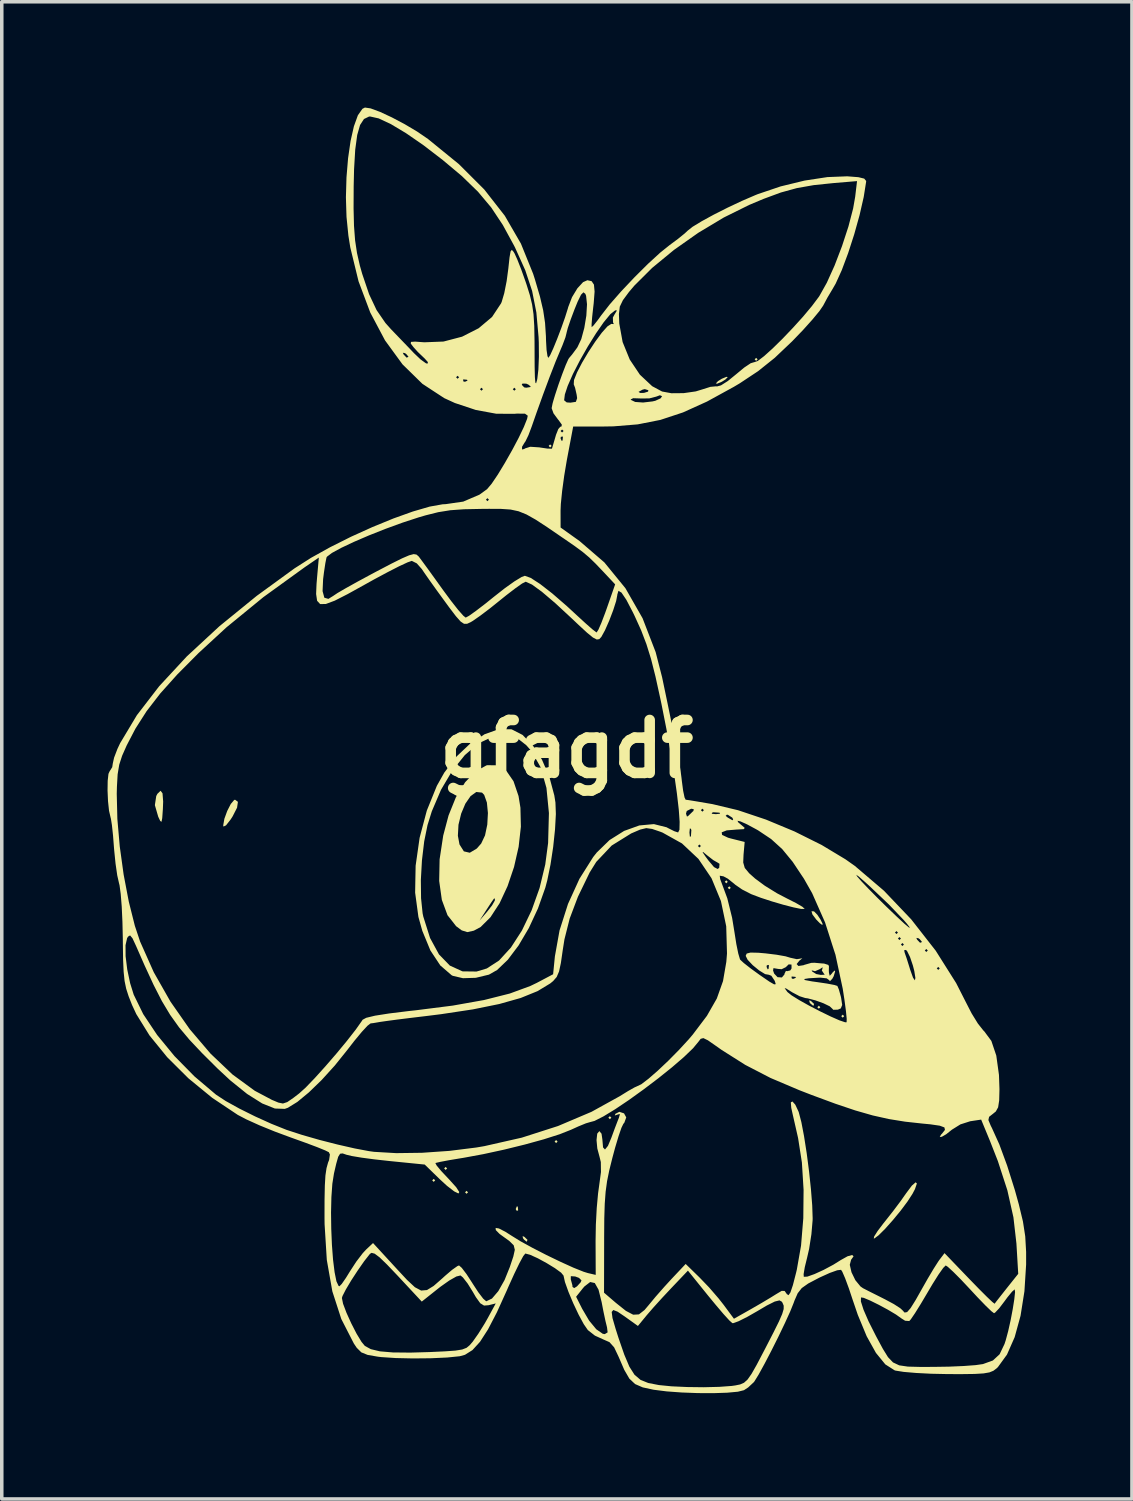
<source format=kicad_pcb>
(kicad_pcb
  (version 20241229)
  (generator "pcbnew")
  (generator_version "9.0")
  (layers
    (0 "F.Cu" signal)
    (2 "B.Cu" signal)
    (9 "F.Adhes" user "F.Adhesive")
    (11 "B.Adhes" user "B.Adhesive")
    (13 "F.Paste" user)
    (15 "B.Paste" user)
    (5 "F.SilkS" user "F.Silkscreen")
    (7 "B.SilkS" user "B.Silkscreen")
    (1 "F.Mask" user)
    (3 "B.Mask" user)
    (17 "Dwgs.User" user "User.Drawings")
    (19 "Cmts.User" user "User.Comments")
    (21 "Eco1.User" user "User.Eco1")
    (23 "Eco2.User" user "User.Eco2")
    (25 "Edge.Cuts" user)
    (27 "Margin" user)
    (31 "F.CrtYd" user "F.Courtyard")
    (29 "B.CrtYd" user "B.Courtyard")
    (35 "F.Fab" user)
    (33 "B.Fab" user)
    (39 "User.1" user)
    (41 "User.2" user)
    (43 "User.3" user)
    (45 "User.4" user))
  (footprint "gfagdf"
    (layer "F.Cu")
    (at 13.017 18.19)
    (property "Reference" "gfagdf" (at 0 0 0) (layer "F.SilkS") (effects (font (size 1.5 1.5) (thickness 0.3))))
    (attr board_only exclude_from_pos_files exclude_from_bom)
    (fp_poly (pts (xy -3.725 12.234) (xy -3.768 12.277) (xy -3.81 12.234) (xy -3.768 12.192)) (stroke (width 0) (type solid)) (fill yes) (layer "F.SilkS"))
    (fp_poly (pts (xy -3.387 11.896) (xy -3.429 11.938) (xy -3.471 11.896) (xy -3.429 11.853)) (stroke (width 0) (type solid)) (fill yes) (layer "F.SilkS"))
    (fp_poly (pts (xy -2.794 12.573) (xy -2.836 12.615) (xy -2.879 12.573) (xy -2.836 12.531)) (stroke (width 0) (type solid)) (fill yes) (layer "F.SilkS"))
    (fp_poly (pts (xy -0.423 -8.594) (xy -0.466 -8.551) (xy -0.508 -8.594) (xy -0.466 -8.636)) (stroke (width 0) (type solid)) (fill yes) (layer "F.SilkS"))
    (fp_poly (pts (xy -0.254 11.134) (xy -0.296 11.176) (xy -0.339 11.134) (xy -0.296 11.091)) (stroke (width 0) (type solid)) (fill yes) (layer "F.SilkS"))
    (fp_poly (pts (xy 1.27 10.456) (xy 1.228 10.499) (xy 1.185 10.456) (xy 1.228 10.414)) (stroke (width 0) (type solid)) (fill yes) (layer "F.SilkS"))
    (fp_poly (pts (xy 4.572 3.768) (xy 4.53 3.81) (xy 4.487 3.768) (xy 4.53 3.725)) (stroke (width 0) (type solid)) (fill yes) (layer "F.SilkS"))
    (fp_poly (pts (xy 4.657 3.937) (xy 4.614 3.979) (xy 4.572 3.937) (xy 4.614 3.895)) (stroke (width 0) (type solid)) (fill yes) (layer "F.SilkS"))
    (fp_poly (pts (xy 5.419 -11.049) (xy 5.376 -11.007) (xy 5.334 -11.049) (xy 5.376 -11.091)) (stroke (width 0) (type solid)) (fill yes) (layer "F.SilkS"))
    (fp_poly (pts (xy 7.197 7.324) (xy 7.154 7.366) (xy 7.112 7.324) (xy 7.154 7.281)) (stroke (width 0) (type solid)) (fill yes) (layer "F.SilkS"))
    (fp_poly (pts (xy 7.874 7.578) (xy 7.832 7.62) (xy 7.789 7.578) (xy 7.832 7.535)) (stroke (width 0) (type solid)) (fill yes) (layer "F.SilkS"))
    (fp_poly (pts (xy -1.383 12.982) (xy -1.373 13.083) (xy -1.383 13.095) (xy -1.433 13.083) (xy -1.439 13.039) (xy -1.408 12.969)) (stroke (width 0) (type solid)) (fill yes) (layer "F.SilkS"))
    (fp_poly (pts (xy -1.198 13.835) (xy -1.108 13.92) (xy -1.126 13.969) (xy -1.138 13.97) (xy -1.21 13.91) (xy -1.236 13.872) (xy -1.246 13.814)) (stroke (width 0) (type solid)) (fill yes) (layer "F.SilkS"))
    (fp_poly (pts (xy 6.93 7.146) (xy 7.02 7.231) (xy 7.002 7.281) (xy 6.99 7.281) (xy 6.918 7.221) (xy 6.892 7.184) (xy 6.882 7.126)) (stroke (width 0) (type solid)) (fill yes) (layer "F.SilkS"))
    (fp_poly (pts (xy 4.572 -10.547) (xy 4.507 -10.479) (xy 4.403 -10.414) (xy 4.272 -10.359) (xy 4.233 -10.366) (xy 4.298 -10.434) (xy 4.403 -10.499) (xy 4.534 -10.553)) (stroke (width 0) (type solid)) (fill yes) (layer "F.SilkS"))
    (fp_poly (pts (xy 7.012 4.605) (xy 7.027 4.614) (xy 7.112 4.702) (xy 7.202 4.838) (xy 7.26 4.956) (xy 7.255 4.995) (xy 7.181 4.94) (xy 7.083 4.84) (xy 6.973 4.693) (xy 6.946 4.602)) (stroke (width 0) (type solid)) (fill yes) (layer "F.SilkS"))
    (fp_poly (pts (xy -11.458 1.259) (xy -11.44 1.492) (xy -11.448 1.705) (xy -11.466 1.96) (xy -11.487 2.066) (xy -11.523 2.042) (xy -11.58 1.921) (xy -11.675 1.593) (xy -11.636 1.335) (xy -11.603 1.272) (xy -11.513 1.185)) (stroke (width 0) (type solid)) (fill yes) (layer "F.SilkS"))
    (fp_poly (pts (xy -9.32 1.499) (xy -9.344 1.665) (xy -9.47 1.912) (xy -9.525 1.998) (xy -9.657 2.166) (xy -9.728 2.201) (xy -9.737 2.168) (xy -9.704 1.98) (xy -9.623 1.758) (xy -9.522 1.56) (xy -9.427 1.448) (xy -9.402 1.439)) (stroke (width 0) (type solid)) (fill yes) (layer "F.SilkS"))
    (fp_poly (pts (xy 9.935 12.323) (xy 9.88 12.484) (xy 9.81 12.617) (xy 9.667 12.837) (xy 9.47 13.1) (xy 9.247 13.37) (xy 9.03 13.613) (xy 8.846 13.795) (xy 8.727 13.882) (xy 8.713 13.885) (xy 8.723 13.826) (xy 8.822 13.67) (xy 8.99 13.448) (xy 9.021 13.41) (xy 9.254 13.115) (xy 9.478 12.817) (xy 9.626 12.606) (xy 9.793 12.383) (xy 9.901 12.289)) (stroke (width 0) (type solid)) (fill yes) (layer "F.SilkS"))
    (fp_poly (pts (xy -1.959 0.464) (xy -1.707 0.621) (xy -1.504 0.916) (xy -1.362 1.334) (xy -1.308 1.665) (xy -1.295 2.204) (xy -1.359 2.774) (xy -1.489 3.346) (xy -1.673 3.89) (xy -1.899 4.375) (xy -2.157 4.771) (xy -2.435 5.048) (xy -2.629 5.153) (xy -2.815 5.194) (xy -2.972 5.145) (xy -3.132 5.026) (xy -3.255 4.868) (xy -2.469 4.868) (xy -2.251 4.614) (xy -2.111 4.434) (xy -2.036 4.302) (xy -2.032 4.283) (xy -2.036 4.236) (xy -2.063 4.25) (xy -2.136 4.354) (xy -2.278 4.572) (xy -2.469 4.868) (xy -3.255 4.868) (xy -3.376 4.715) (xy -3.537 4.279) (xy -3.612 3.743) (xy -3.6 3.13) (xy -3.499 2.464) (xy -3.499 2.461) (xy -3.082 2.461) (xy -3.036 2.708) (xy -2.912 2.904) (xy -2.744 2.943) (xy -2.546 2.824) (xy -2.421 2.682) (xy -2.312 2.451) (xy -2.248 2.145) (xy -2.23 1.817) (xy -2.259 1.519) (xy -2.336 1.302) (xy -2.397 1.238) (xy -2.559 1.22) (xy -2.721 1.336) (xy -2.87 1.552) (xy -2.989 1.835) (xy -3.065 2.149) (xy -3.082 2.461) (xy -3.499 2.461) (xy -3.346 1.885) (xy -3.139 1.371) (xy -2.877 0.945) (xy -2.582 0.635) (xy -2.272 0.466) (xy -2.249 0.46)) (stroke (width 0) (type solid)) (fill yes) (layer "F.SilkS"))
    (fp_poly (pts (xy -1.555 -0.555) (xy -1.249 -0.399) (xy -0.958 -0.103) (xy -0.698 0.302) (xy -0.489 0.786) (xy -0.347 1.318) (xy -0.315 1.519) (xy -0.303 1.845) (xy -0.327 2.282) (xy -0.379 2.777) (xy -0.455 3.277) (xy -0.547 3.727) (xy -0.602 3.934) (xy -0.811 4.523) (xy -1.07 5.079) (xy -1.361 5.573) (xy -1.667 5.979) (xy -1.97 6.269) (xy -2.201 6.4) (xy -2.575 6.49) (xy -2.938 6.501) (xy -3.225 6.434) (xy -3.259 6.417) (xy -3.58 6.14) (xy -3.861 5.715) (xy -4.09 5.16) (xy -4.201 4.764) (xy -4.294 4.075) (xy -4.288 3.716) (xy -4.132 3.716) (xy -4.126 4.235) (xy -4.082 4.662) (xy -4.063 4.753) (xy -3.871 5.361) (xy -3.618 5.826) (xy -3.31 6.143) (xy -2.952 6.307) (xy -2.552 6.312) (xy -2.262 6.225) (xy -1.915 6) (xy -1.578 5.632) (xy -1.266 5.149) (xy -0.991 4.577) (xy -0.765 3.944) (xy -0.604 3.277) (xy -0.523 2.667) (xy -0.5 1.818) (xy -0.57 1.104) (xy -0.735 0.52) (xy -0.996 0.06) (xy -1.144 -0.108) (xy -1.414 -0.319) (xy -1.693 -0.398) (xy -2.038 -0.359) (xy -2.117 -0.339) (xy -2.501 -0.156) (xy -2.882 0.171) (xy -3.241 0.617) (xy -3.56 1.157) (xy -3.821 1.768) (xy -3.943 2.159) (xy -4.037 2.621) (xy -4.101 3.159) (xy -4.132 3.716) (xy -4.288 3.716) (xy -4.28 3.31) (xy -4.167 2.518) (xy -3.963 1.748) (xy -3.678 1.045) (xy -3.467 0.67) (xy -3.119 0.213) (xy -2.73 -0.155) (xy -2.325 -0.417) (xy -1.93 -0.558) (xy -1.573 -0.559)) (stroke (width 0) (type solid)) (fill yes) (layer "F.SilkS"))
    (fp_poly (pts (xy -5.556 -18.166) (xy -5.289 -18.067) (xy -4.956 -17.912) (xy -4.593 -17.72) (xy -4.239 -17.51) (xy -3.93 -17.299) (xy -3.929 -17.298) (xy -3.054 -16.586) (xy -2.333 -15.866) (xy -1.751 -15.121) (xy -1.294 -14.331) (xy -0.948 -13.476) (xy -0.896 -13.314) (xy -0.754 -12.829) (xy -0.663 -12.44) (xy -0.61 -12.086) (xy -0.585 -11.706) (xy -0.582 -11.578) (xy -0.567 -11.316) (xy -0.541 -11.14) (xy -0.516 -11.091) (xy -0.466 -11.165) (xy -0.378 -11.357) (xy -0.267 -11.628) (xy -0.15 -11.935) (xy -0.043 -12.238) (xy 0.038 -12.496) (xy 0.047 -12.531) (xy 0.155 -12.812) (xy 0.307 -13.063) (xy 0.468 -13.238) (xy 0.591 -13.293) (xy 0.711 -13.266) (xy 0.777 -13.168) (xy 0.795 -12.97) (xy 0.77 -12.642) (xy 0.757 -12.531) (xy 0.726 -12.248) (xy 0.71 -12.042) (xy 0.711 -11.961) (xy 0.766 -12.011) (xy 0.886 -12.163) (xy 0.98 -12.293) (xy 1.225 -12.608) (xy 1.554 -12.983) (xy 1.928 -13.378) (xy 2.308 -13.756) (xy 2.658 -14.077) (xy 2.921 -14.288) (xy 3.162 -14.467) (xy 3.352 -14.621) (xy 3.435 -14.699) (xy 3.573 -14.808) (xy 3.831 -14.965) (xy 4.173 -15.152) (xy 4.565 -15.35) (xy 4.97 -15.541) (xy 5.353 -15.706) (xy 5.419 -15.733) (xy 6.072 -15.954) (xy 6.751 -16.119) (xy 7.399 -16.218) (xy 7.961 -16.24) (xy 7.973 -16.239) (xy 8.277 -16.215) (xy 8.441 -16.175) (xy 8.496 -16.109) (xy 8.496 -16.087) (xy 8.427 -15.652) (xy 8.31 -15.14) (xy 8.158 -14.595) (xy 7.985 -14.06) (xy 7.805 -13.579) (xy 7.632 -13.197) (xy 7.541 -13.039) (xy 7.399 -12.801) (xy 7.278 -12.574) (xy 7.171 -12.418) (xy 6.971 -12.176) (xy 6.706 -11.881) (xy 6.404 -11.567) (xy 6.392 -11.555) (xy 5.903 -11.091) (xy 5.432 -10.714) (xy 4.91 -10.368) (xy 4.741 -10.268) (xy 3.983 -9.852) (xy 3.303 -9.544) (xy 2.662 -9.332) (xy 2.017 -9.205) (xy 1.33 -9.149) (xy 1.02 -9.144) (xy 0.188 -9.144) (xy 0.008 -8.192) (xy -0.066 -7.752) (xy -0.125 -7.318) (xy -0.162 -6.95) (xy -0.17 -6.76) (xy -0.169 -6.28) (xy 0.369 -5.896) (xy 1.072 -5.291) (xy 1.669 -4.559) (xy 2.156 -3.707) (xy 2.527 -2.746) (xy 2.71 -2.032) (xy 2.862 -1.304) (xy 2.982 -0.719) (xy 3.076 -0.256) (xy 3.146 0.108) (xy 3.197 0.394) (xy 3.234 0.624) (xy 3.26 0.821) (xy 3.27 0.91) (xy 3.306 1.184) (xy 3.346 1.375) (xy 3.377 1.439) (xy 3.479 1.453) (xy 3.705 1.49) (xy 4.014 1.543) (xy 4.138 1.564) (xy 4.863 1.737) (xy 5.656 2.003) (xy 6.464 2.339) (xy 7.233 2.722) (xy 7.911 3.13) (xy 8.177 3.318) (xy 9.001 4.02) (xy 9.776 4.834) (xy 10.469 5.721) (xy 11.049 6.64) (xy 11.319 7.171) (xy 11.487 7.498) (xy 11.665 7.787) (xy 11.819 7.982) (xy 11.846 8.008) (xy 12.047 8.279) (xy 12.187 8.695) (xy 12.263 9.244) (xy 12.277 9.648) (xy 12.269 9.967) (xy 12.239 10.162) (xy 12.174 10.28) (xy 12.096 10.344) (xy 11.983 10.432) (xy 11.963 10.524) (xy 12.03 10.684) (xy 12.062 10.747) (xy 12.274 11.216) (xy 12.495 11.816) (xy 12.713 12.508) (xy 12.826 12.914) (xy 12.943 13.401) (xy 13.008 13.822) (xy 13.033 14.262) (xy 13.033 14.62) (xy 12.985 15.379) (xy 12.875 16.074) (xy 12.708 16.681) (xy 12.491 17.174) (xy 12.233 17.53) (xy 12.194 17.567) (xy 12.105 17.634) (xy 11.992 17.68) (xy 11.825 17.709) (xy 11.573 17.724) (xy 11.207 17.729) (xy 10.805 17.728) (xy 10.338 17.718) (xy 9.91 17.696) (xy 9.561 17.666) (xy 9.333 17.63) (xy 9.303 17.621) (xy 9.04 17.453) (xy 8.774 17.127) (xy 8.511 16.655) (xy 8.259 16.047) (xy 8.13 15.668) (xy 8.347 15.668) (xy 8.422 15.903) (xy 8.566 16.235) (xy 8.77 16.639) (xy 8.791 16.679) (xy 8.972 17.015) (xy 9.116 17.248) (xy 9.258 17.397) (xy 9.434 17.48) (xy 9.68 17.516) (xy 10.031 17.525) (xy 10.406 17.524) (xy 10.849 17.517) (xy 11.262 17.499) (xy 11.599 17.474) (xy 11.809 17.444) (xy 12.091 17.342) (xy 12.281 17.166) (xy 12.42 16.875) (xy 12.455 16.768) (xy 12.525 16.507) (xy 12.594 16.198) (xy 12.654 15.882) (xy 12.698 15.604) (xy 12.719 15.405) (xy 12.709 15.327) (xy 12.708 15.326) (xy 12.634 15.391) (xy 12.502 15.552) (xy 12.419 15.665) (xy 12.27 15.861) (xy 12.156 15.982) (xy 12.123 16.002) (xy 12.046 15.943) (xy 11.881 15.784) (xy 11.655 15.55) (xy 11.446 15.325) (xy 11.187 15.049) (xy 10.967 14.828) (xy 10.812 14.686) (xy 10.753 14.647) (xy 10.683 14.716) (xy 10.551 14.902) (xy 10.379 15.175) (xy 10.239 15.412) (xy 10.048 15.734) (xy 9.883 15.999) (xy 9.764 16.174) (xy 9.719 16.224) (xy 9.601 16.215) (xy 9.498 16.15) (xy 9.342 16.039) (xy 9.112 15.902) (xy 8.854 15.763) (xy 8.611 15.643) (xy 8.428 15.566) (xy 8.35 15.554) (xy 8.347 15.668) (xy 8.13 15.668) (xy 8.123 15.649) (xy 8.006 15.297) (xy 7.9 15.01) (xy 7.819 14.823) (xy 7.784 14.771) (xy 7.676 14.784) (xy 7.463 14.86) (xy 7.187 14.985) (xy 7.149 15.004) (xy 6.854 15.159) (xy 6.67 15.289) (xy 6.555 15.436) (xy 6.464 15.644) (xy 6.44 15.711) (xy 6.342 15.954) (xy 6.19 16.287) (xy 6.005 16.673) (xy 5.806 17.07) (xy 5.613 17.44) (xy 5.447 17.742) (xy 5.327 17.936) (xy 5.311 17.957) (xy 5.15 18.107) (xy 5.031 18.185) (xy 4.858 18.228) (xy 4.555 18.256) (xy 4.163 18.269) (xy 3.72 18.267) (xy 3.267 18.25) (xy 2.842 18.219) (xy 2.484 18.174) (xy 2.465 18.171) (xy 2.16 18.105) (xy 1.944 18.011) (xy 1.781 17.857) (xy 1.636 17.607) (xy 1.478 17.241) (xy 1.35 16.971) (xy 1.217 16.822) (xy 1.05 16.749) (xy 0.804 16.637) (xy 0.604 16.48) (xy 0.488 16.312) (xy 0.342 16.042) (xy 0.19 15.72) (xy 0.112 15.535) (xy 0.271 15.535) (xy 0.442 15.874) (xy 0.639 16.21) (xy 0.843 16.457) (xy 1.025 16.584) (xy 1.083 16.595) (xy 1.165 16.545) (xy 1.148 16.404) (xy 1.103 16.22) (xy 1.049 15.966) (xy 1.28 15.966) (xy 1.303 16.14) (xy 1.392 16.447) (xy 1.472 16.698) (xy 1.637 17.176) (xy 1.781 17.517) (xy 1.927 17.747) (xy 2.099 17.893) (xy 2.318 17.981) (xy 2.607 18.037) (xy 2.625 18.04) (xy 2.977 18.075) (xy 3.419 18.095) (xy 3.889 18.101) (xy 4.331 18.09) (xy 4.685 18.064) (xy 4.784 18.05) (xy 4.922 18.022) (xy 5.032 17.974) (xy 5.134 17.882) (xy 5.246 17.722) (xy 5.391 17.467) (xy 5.587 17.093) (xy 5.648 16.976) (xy 5.87 16.544) (xy 6.023 16.236) (xy 6.115 16.025) (xy 6.157 15.884) (xy 6.158 15.788) (xy 6.126 15.71) (xy 6.106 15.676) (xy 6.038 15.638) (xy 5.904 15.671) (xy 5.68 15.783) (xy 5.411 15.942) (xy 5.119 16.109) (xy 4.879 16.229) (xy 4.727 16.284) (xy 4.701 16.283) (xy 4.615 16.205) (xy 4.45 16.024) (xy 4.231 15.766) (xy 4.028 15.52) (xy 3.442 14.794) (xy 2.968 15.292) (xy 2.706 15.572) (xy 2.458 15.846) (xy 2.273 16.06) (xy 2.259 16.077) (xy 2.024 16.363) (xy 1.647 16.093) (xy 1.447 15.958) (xy 1.326 15.911) (xy 1.28 15.966) (xy 1.049 15.966) (xy 1.043 15.937) (xy 0.995 15.687) (xy 0.907 15.335) (xy 0.801 15.146) (xy 0.67 15.117) (xy 0.507 15.243) (xy 0.459 15.299) (xy 0.271 15.535) (xy 0.112 15.535) (xy 0.054 15.396) (xy -0.045 15.119) (xy -0.063 15.039) (xy 0.12 15.039) (xy 0.12 15.041) (xy 0.165 15.208) (xy 0.169 15.257) (xy 0.218 15.289) (xy 0.296 15.24) (xy 0.402 15.123) (xy 0.423 15.07) (xy 0.353 15) (xy 0.247 14.96) (xy 0.121 14.951) (xy 0.12 15.039) (xy -0.063 15.039) (xy -0.085 14.939) (xy -0.085 14.936) (xy -0.154 14.852) (xy -0.33 14.724) (xy -0.567 14.579) (xy -0.817 14.443) (xy -1.036 14.344) (xy -1.169 14.309) (xy -1.228 14.382) (xy -1.337 14.583) (xy -1.482 14.883) (xy -1.65 15.253) (xy -1.69 15.346) (xy -1.976 15.977) (xy -2.227 16.46) (xy -2.454 16.812) (xy -2.668 17.047) (xy -2.881 17.181) (xy -3.029 17.222) (xy -3.386 17.258) (xy -3.849 17.279) (xy -4.357 17.284) (xy -4.846 17.273) (xy -5.254 17.246) (xy -5.354 17.234) (xy -5.642 17.184) (xy -5.82 17.112) (xy -5.95 16.983) (xy -6.032 16.861) (xy -6.388 16.166) (xy -6.581 15.57) (xy -6.371 15.57) (xy -6.338 15.733) (xy -6.241 15.99) (xy -6.105 16.29) (xy -5.955 16.582) (xy -5.814 16.815) (xy -5.72 16.929) (xy -5.551 17.021) (xy -5.293 17.083) (xy -4.926 17.114) (xy -4.428 17.119) (xy -3.874 17.103) (xy -3.446 17.083) (xy -3.152 17.062) (xy -2.96 17.031) (xy -2.836 16.983) (xy -2.745 16.907) (xy -2.662 16.81) (xy -2.504 16.586) (xy -2.323 16.296) (xy -2.235 16.141) (xy -2.008 15.724) (xy -2.212 15.775) (xy -2.34 15.785) (xy -2.447 15.719) (xy -2.571 15.547) (xy -2.656 15.4) (xy -2.805 15.16) (xy -2.939 14.988) (xy -3.007 14.931) (xy -3.124 14.96) (xy -3.327 15.075) (xy -3.577 15.252) (xy -3.613 15.28) (xy -4.106 15.672) (xy -4.791 14.937) (xy -5.092 14.621) (xy -5.302 14.418) (xy -5.442 14.313) (xy -5.53 14.29) (xy -5.576 14.319) (xy -5.74 14.528) (xy -5.926 14.795) (xy -6.109 15.076) (xy -6.26 15.33) (xy -6.354 15.514) (xy -6.371 15.57) (xy -6.581 15.57) (xy -6.642 15.382) (xy -6.799 14.491) (xy -6.862 13.476) (xy -6.864 13.311) (xy -6.864 13.146) (xy -6.679 13.146) (xy -6.673 13.607) (xy -6.654 14.064) (xy -6.622 14.485) (xy -6.578 14.84) (xy -6.526 15.098) (xy -6.465 15.228) (xy -6.441 15.238) (xy -6.375 15.171) (xy -6.255 14.997) (xy -6.14 14.811) (xy -5.963 14.539) (xy -5.781 14.301) (xy -5.687 14.199) (xy -5.488 14.012) (xy -4.828 14.73) (xy -4.524 15.057) (xy -4.301 15.265) (xy -4.124 15.359) (xy -3.958 15.345) (xy -3.769 15.228) (xy -3.523 15.013) (xy -3.441 14.938) (xy -3.245 14.771) (xy -3.096 14.666) (xy -3.049 14.647) (xy -2.972 14.715) (xy -2.838 14.891) (xy -2.676 15.14) (xy -2.667 15.155) (xy -2.503 15.407) (xy -2.364 15.589) (xy -2.279 15.663) (xy -2.276 15.663) (xy -2.115 15.586) (xy -1.935 15.375) (xy -1.758 15.061) (xy -1.609 14.692) (xy -1.509 14.392) (xy -1.467 14.204) (xy -1.499 14.075) (xy -1.622 13.954) (xy -1.852 13.788) (xy -1.9 13.753) (xy -2.006 13.645) (xy -2.012 13.583) (xy -1.919 13.598) (xy -1.737 13.691) (xy -1.574 13.795) (xy -1.317 13.955) (xy -0.968 14.147) (xy -0.571 14.351) (xy -0.167 14.546) (xy 0.199 14.712) (xy 0.487 14.827) (xy 0.604 14.863) (xy 0.827 14.915) (xy 0.823 13.956) (xy 0.831 13.492) (xy 0.856 13.018) (xy 0.894 12.602) (xy 0.922 12.4) (xy 0.976 11.998) (xy 0.972 11.715) (xy 0.936 11.569) (xy 0.872 11.329) (xy 0.85 11.091) (xy 0.87 10.909) (xy 0.931 10.837) (xy 0.992 10.911) (xy 1.016 11.077) (xy 1.035 11.3) (xy 1.09 11.359) (xy 1.174 11.256) (xy 1.27 11.027) (xy 1.369 10.757) (xy 1.455 10.533) (xy 1.483 10.464) (xy 1.514 10.352) (xy 1.447 10.367) (xy 1.441 10.371) (xy 1.368 10.394) (xy 1.387 10.346) (xy 1.498 10.29) (xy 1.63 10.334) (xy 1.693 10.448) (xy 1.693 10.448) (xy 1.639 10.598) (xy 1.61 10.633) (xy 1.556 10.745) (xy 1.474 10.984) (xy 1.376 11.312) (xy 1.298 11.602) (xy 1.211 11.952) (xy 1.149 12.257) (xy 1.108 12.558) (xy 1.083 12.897) (xy 1.07 13.315) (xy 1.066 13.855) (xy 1.066 13.954) (xy 1.063 15.42) (xy 1.399 15.708) (xy 1.684 15.936) (xy 1.89 16.044) (xy 2.053 16.035) (xy 2.211 15.911) (xy 2.322 15.78) (xy 2.523 15.537) (xy 2.779 15.246) (xy 2.979 15.028) (xy 3.378 14.605) (xy 3.769 14.986) (xy 4.041 15.269) (xy 4.313 15.584) (xy 4.454 15.763) (xy 4.747 16.159) (xy 5.231 15.885) (xy 5.524 15.716) (xy 5.79 15.557) (xy 5.941 15.463) (xy 6.101 15.368) (xy 6.185 15.371) (xy 6.248 15.46) (xy 6.295 15.491) (xy 6.349 15.412) (xy 6.419 15.205) (xy 6.51 14.851) (xy 6.53 14.767) (xy 6.65 14.085) (xy 6.714 13.309) (xy 6.722 12.503) (xy 6.674 11.727) (xy 6.568 11.045) (xy 6.56 11.007) (xy 6.484 10.673) (xy 6.418 10.383) (xy 6.376 10.194) (xy 6.373 10.181) (xy 6.36 10.023) (xy 6.406 9.997) (xy 6.487 10.088) (xy 6.578 10.282) (xy 6.587 10.308) (xy 6.659 10.583) (xy 6.735 10.982) (xy 6.81 11.462) (xy 6.877 11.979) (xy 6.931 12.488) (xy 6.967 12.945) (xy 6.979 13.305) (xy 6.978 13.365) (xy 6.944 13.761) (xy 6.878 14.183) (xy 6.822 14.427) (xy 6.756 14.696) (xy 6.723 14.893) (xy 6.728 14.969) (xy 6.829 14.964) (xy 7.031 14.892) (xy 7.291 14.773) (xy 7.566 14.626) (xy 7.776 14.495) (xy 7.969 14.387) (xy 8.1 14.351) (xy 8.139 14.388) (xy 8.069 14.487) (xy 8.032 14.629) (xy 8.081 14.841) (xy 8.19 15.065) (xy 8.336 15.243) (xy 8.408 15.293) (xy 8.587 15.385) (xy 8.849 15.516) (xy 9.031 15.608) (xy 9.279 15.741) (xy 9.461 15.858) (xy 9.523 15.914) (xy 9.586 15.983) (xy 9.658 15.97) (xy 9.757 15.857) (xy 9.901 15.626) (xy 10.059 15.346) (xy 10.242 15.023) (xy 10.413 14.736) (xy 10.542 14.534) (xy 10.57 14.494) (xy 10.719 14.298) (xy 11.421 15.029) (xy 11.693 15.309) (xy 11.919 15.535) (xy 12.076 15.684) (xy 12.139 15.733) (xy 12.139 15.733) (xy 12.196 15.658) (xy 12.329 15.489) (xy 12.482 15.295) (xy 12.809 14.885) (xy 12.758 14.025) (xy 12.673 13.282) (xy 12.501 12.516) (xy 12.232 11.688) (xy 12.009 11.119) (xy 11.758 10.511) (xy 11.446 10.558) (xy 11.169 10.647) (xy 10.927 10.798) (xy 10.917 10.806) (xy 10.767 10.926) (xy 10.644 10.997) (xy 10.583 11.006) (xy 10.619 10.939) (xy 10.651 10.905) (xy 10.731 10.803) (xy 10.716 10.733) (xy 10.585 10.684) (xy 10.317 10.645) (xy 10.097 10.624) (xy 9.603 10.57) (xy 9.144 10.496) (xy 8.683 10.393) (xy 8.188 10.251) (xy 7.624 10.061) (xy 6.955 9.814) (xy 6.604 9.678) (xy 5.784 9.33) (xy 5.069 8.96) (xy 4.398 8.535) (xy 4.229 8.416) (xy 4.008 8.262) (xy 3.88 8.2) (xy 3.804 8.22) (xy 3.745 8.297) (xy 3.589 8.486) (xy 3.329 8.736) (xy 2.99 9.028) (xy 2.6 9.341) (xy 2.184 9.656) (xy 1.77 9.954) (xy 1.382 10.215) (xy 1.048 10.419) (xy 0.794 10.548) (xy 0.664 10.583) (xy 0.548 10.617) (xy 0.333 10.705) (xy 0.124 10.8) (xy -0.197 10.927) (xy -0.646 11.07) (xy -1.183 11.218) (xy -1.768 11.362) (xy -2.361 11.491) (xy -2.924 11.595) (xy -3.006 11.608) (xy -3.325 11.661) (xy -3.573 11.708) (xy -3.708 11.739) (xy -3.72 11.744) (xy -3.684 11.813) (xy -3.555 11.968) (xy -3.359 12.177) (xy -3.342 12.194) (xy -3.13 12.429) (xy -3.042 12.566) (xy -3.066 12.606) (xy -3.186 12.547) (xy -3.391 12.389) (xy -3.596 12.201) (xy -4.022 11.786) (xy -5.031 11.685) (xy -5.446 11.639) (xy -5.814 11.59) (xy -6.095 11.543) (xy -6.24 11.508) (xy -6.351 11.47) (xy -6.422 11.479) (xy -6.476 11.566) (xy -6.531 11.76) (xy -6.596 12.039) (xy -6.642 12.331) (xy -6.669 12.71) (xy -6.679 13.146) (xy -6.864 13.146) (xy -6.863 12.776) (xy -6.855 12.381) (xy -6.838 12.094) (xy -6.807 11.887) (xy -6.763 11.728) (xy -6.734 11.657) (xy -6.711 11.501) (xy -6.741 11.436) (xy -6.846 11.384) (xy -7.077 11.29) (xy -7.403 11.168) (xy -7.79 11.029) (xy -7.832 11.014) (xy -8.274 10.85) (xy -8.709 10.673) (xy -9.082 10.504) (xy -9.323 10.378) (xy -10.047 9.895) (xy -10.723 9.341) (xy -11.325 8.742) (xy -11.826 8.126) (xy -12.202 7.519) (xy -12.322 7.261) (xy -12.42 7.012) (xy -12.489 6.797) (xy -12.534 6.579) (xy -12.561 6.317) (xy -12.576 5.973) (xy -12.582 5.565) (xy -12.507 5.565) (xy -12.505 5.877) (xy -12.459 6.252) (xy -12.377 6.641) (xy -12.275 6.968) (xy -12.005 7.52) (xy -11.61 8.112) (xy -11.117 8.712) (xy -10.552 9.286) (xy -9.944 9.801) (xy -9.94 9.804) (xy -9.666 9.984) (xy -9.28 10.198) (xy -8.832 10.421) (xy -8.37 10.63) (xy -7.943 10.801) (xy -7.916 10.81) (xy -7.502 10.945) (xy -7.01 11.086) (xy -6.494 11.218) (xy -6.007 11.329) (xy -5.604 11.405) (xy -5.461 11.425) (xy -4.831 11.462) (xy -4.098 11.452) (xy -3.322 11.398) (xy -2.562 11.303) (xy -2.333 11.264) (xy -1.27 11.023) (xy -0.242 10.693) (xy 0.708 10.29) (xy 1.504 9.85) (xy 1.744 9.702) (xy 1.924 9.6) (xy 1.997 9.567) (xy 2.119 9.509) (xy 2.326 9.351) (xy 2.592 9.119) (xy 2.889 8.838) (xy 3.189 8.534) (xy 3.465 8.234) (xy 3.578 8.101) (xy 3.981 7.568) (xy 4.261 7.078) (xy 4.437 6.583) (xy 4.531 6.037) (xy 4.55 5.8) (xy 4.528 5.029) (xy 4.378 4.313) (xy 4.112 3.669) (xy 4.062 3.594) (xy 4.344 3.594) (xy 4.357 3.691) (xy 4.362 3.703) (xy 4.559 4.237) (xy 4.695 4.788) (xy 4.763 5.204) (xy 4.815 5.534) (xy 4.87 5.802) (xy 4.917 5.961) (xy 4.926 5.978) (xy 5.027 6.071) (xy 5.226 6.227) (xy 5.481 6.412) (xy 5.496 6.422) (xy 5.749 6.596) (xy 5.887 6.676) (xy 5.933 6.67) (xy 5.907 6.587) (xy 5.899 6.569) (xy 5.808 6.432) (xy 5.738 6.404) (xy 5.631 6.385) (xy 5.464 6.282) (xy 5.856 6.282) (xy 5.888 6.371) (xy 5.984 6.472) (xy 6.107 6.48) (xy 6.121 6.463) (xy 6.378 6.463) (xy 6.39 6.513) (xy 6.435 6.519) (xy 6.504 6.488) (xy 6.491 6.463) (xy 6.391 6.453) (xy 6.378 6.463) (xy 6.121 6.463) (xy 6.179 6.395) (xy 6.181 6.373) (xy 6.221 6.294) (xy 6.256 6.302) (xy 6.346 6.28) (xy 6.346 6.279) (xy 6.951 6.279) (xy 6.965 6.31) (xy 7.08 6.383) (xy 7.211 6.408) (xy 7.322 6.401) (xy 7.302 6.376) (xy 7.24 6.284) (xy 7.255 6.237) (xy 7.263 6.19) (xy 7.184 6.243) (xy 7.047 6.303) (xy 6.985 6.286) (xy 6.951 6.279) (xy 6.346 6.279) (xy 6.381 6.223) (xy 6.379 6.114) (xy 6.298 6.109) (xy 6.218 6.188) (xy 6.1 6.246) (xy 6.002 6.238) (xy 5.868 6.215) (xy 5.856 6.282) (xy 5.464 6.282) (xy 5.461 6.28) (xy 5.34 6.181) (xy 5.673 6.181) (xy 5.704 6.25) (xy 5.729 6.237) (xy 5.739 6.137) (xy 5.729 6.124) (xy 5.679 6.136) (xy 5.673 6.181) (xy 5.34 6.181) (xy 5.279 6.131) (xy 5.135 5.978) (xy 5.08 5.867) (xy 5.109 5.802) (xy 5.217 5.774) (xy 5.438 5.779) (xy 5.644 5.797) (xy 5.954 5.835) (xy 6.209 5.88) (xy 6.343 5.92) (xy 6.528 5.961) (xy 6.604 5.951) (xy 6.687 5.934) (xy 6.626 5.986) (xy 6.606 6) (xy 6.525 6.1) (xy 6.575 6.155) (xy 6.719 6.133) (xy 6.745 6.122) (xy 6.938 6.067) (xy 7.027 6.063) (xy 7.227 6.081) (xy 7.303 6.086) (xy 7.423 6.124) (xy 7.441 6.16) (xy 7.438 6.294) (xy 7.442 6.35) (xy 7.463 6.434) (xy 7.522 6.371) (xy 7.535 6.35) (xy 7.602 6.282) (xy 7.617 6.308) (xy 7.575 6.447) (xy 7.535 6.519) (xy 7.468 6.587) (xy 7.452 6.56) (xy 7.377 6.505) (xy 7.197 6.485) (xy 7.176 6.485) (xy 6.871 6.503) (xy 6.734 6.525) (xy 6.766 6.555) (xy 6.964 6.592) (xy 7.101 6.611) (xy 7.385 6.653) (xy 7.595 6.693) (xy 7.68 6.72) (xy 7.723 6.822) (xy 7.778 7.02) (xy 7.786 7.056) (xy 7.817 7.26) (xy 7.777 7.358) (xy 7.694 7.393) (xy 7.565 7.397) (xy 7.535 7.365) (xy 7.463 7.298) (xy 7.285 7.212) (xy 7.058 7.13) (xy 6.841 7.073) (xy 6.768 7.063) (xy 6.609 7.012) (xy 6.401 6.902) (xy 6.387 6.893) (xy 6.225 6.792) (xy 6.185 6.784) (xy 6.245 6.867) (xy 6.265 6.894) (xy 6.382 6.988) (xy 6.6 7.123) (xy 6.882 7.281) (xy 7.191 7.441) (xy 7.489 7.586) (xy 7.738 7.696) (xy 7.901 7.751) (xy 7.942 7.75) (xy 7.945 7.656) (xy 7.923 7.43) (xy 7.88 7.109) (xy 7.832 6.798) (xy 7.626 5.836) (xy 7.584 5.708) (xy 9.574 5.708) (xy 9.589 5.777) (xy 9.645 5.939) (xy 9.721 6.181) (xy 9.744 6.257) (xy 9.826 6.487) (xy 9.878 6.562) (xy 9.893 6.495) (xy 9.862 6.299) (xy 9.843 6.223) (xy 10.499 6.223) (xy 10.541 6.265) (xy 10.583 6.223) (xy 10.541 6.181) (xy 10.499 6.223) (xy 9.843 6.223) (xy 9.821 6.139) (xy 9.74 5.899) (xy 9.658 5.733) (xy 9.641 5.715) (xy 10.16 5.715) (xy 10.202 5.757) (xy 10.245 5.715) (xy 10.202 5.673) (xy 10.16 5.715) (xy 9.641 5.715) (xy 9.626 5.699) (xy 9.574 5.708) (xy 7.584 5.708) (xy 7.532 5.546) (xy 9.483 5.546) (xy 9.525 5.588) (xy 9.567 5.546) (xy 9.525 5.503) (xy 9.483 5.546) (xy 7.532 5.546) (xy 7.478 5.376) (xy 9.398 5.376) (xy 9.44 5.419) (xy 9.483 5.376) (xy 9.465 5.358) (xy 9.92 5.358) (xy 9.94 5.406) (xy 10.025 5.496) (xy 10.075 5.478) (xy 10.075 5.466) (xy 10.015 5.394) (xy 9.978 5.368) (xy 9.92 5.358) (xy 9.465 5.358) (xy 9.44 5.334) (xy 9.398 5.376) (xy 7.478 5.376) (xy 7.424 5.207) (xy 9.313 5.207) (xy 9.356 5.249) (xy 9.398 5.207) (xy 9.356 5.165) (xy 9.313 5.207) (xy 7.424 5.207) (xy 7.331 4.919) (xy 6.965 4.091) (xy 6.732 3.68) (xy 6.657 3.568) (xy 8.215 3.568) (xy 8.242 3.616) (xy 8.357 3.748) (xy 8.551 3.952) (xy 8.812 4.217) (xy 9.058 4.46) (xy 9.366 4.756) (xy 9.586 4.96) (xy 9.712 5.064) (xy 9.736 5.064) (xy 9.651 4.954) (xy 9.561 4.85) (xy 9.141 4.41) (xy 8.599 3.895) (xy 8.467 3.775) (xy 8.286 3.617) (xy 8.215 3.568) (xy 6.657 3.568) (xy 6.412 3.2) (xy 6.115 2.839) (xy 5.802 2.555) (xy 5.435 2.31) (xy 5.386 2.282) (xy 5.12 2.139) (xy 4.934 2.055) (xy 4.846 2.036) (xy 4.876 2.089) (xy 4.958 2.156) (xy 5.053 2.239) (xy 5.025 2.274) (xy 4.852 2.284) (xy 4.826 2.285) (xy 4.541 2.309) (xy 4.4 2.364) (xy 4.411 2.437) (xy 4.581 2.517) (xy 4.667 2.541) (xy 5.051 2.637) (xy 5.019 3.001) (xy 5.01 3.22) (xy 5.054 3.374) (xy 5.179 3.525) (xy 5.347 3.675) (xy 5.623 3.879) (xy 5.971 4.094) (xy 6.251 4.24) (xy 6.51 4.371) (xy 6.689 4.476) (xy 6.753 4.535) (xy 6.751 4.537) (xy 6.653 4.537) (xy 6.438 4.493) (xy 6.147 4.418) (xy 5.823 4.323) (xy 5.508 4.22) (xy 5.246 4.121) (xy 5.226 4.112) (xy 4.979 3.985) (xy 4.78 3.847) (xy 4.754 3.823) (xy 4.574 3.679) (xy 4.45 3.612) (xy 4.344 3.594) (xy 4.062 3.594) (xy 3.74 3.118) (xy 3.54 2.93) (xy 3.858 2.93) (xy 3.94 3.05) (xy 4.02 3.158) (xy 4.182 3.35) (xy 4.285 3.404) (xy 4.329 3.37) (xy 4.338 3.257) (xy 4.294 3.228) (xy 4.161 3.152) (xy 3.986 3.016) (xy 3.986 3.016) (xy 3.875 2.923) (xy 3.858 2.93) (xy 3.54 2.93) (xy 3.351 2.752) (xy 3.725 2.752) (xy 3.768 2.794) (xy 3.81 2.752) (xy 3.768 2.709) (xy 3.725 2.752) (xy 3.351 2.752) (xy 3.273 2.679) (xy 2.721 2.371) (xy 2.72 2.371) (xy 3.485 2.371) (xy 3.498 2.491) (xy 3.527 2.477) (xy 3.539 2.303) (xy 3.527 2.265) (xy 3.497 2.254) (xy 3.485 2.371) (xy 2.72 2.371) (xy 2.664 2.349) (xy 2.427 2.268) (xy 2.26 2.245) (xy 2.088 2.286) (xy 1.839 2.393) (xy 1.829 2.398) (xy 1.28 2.739) (xy 0.843 3.202) (xy 0.656 3.502) (xy 0.322 4.192) (xy 0.089 4.809) (xy -0.06 5.4) (xy -0.108 5.704) (xy -0.161 6.07) (xy -0.213 6.311) (xy -0.28 6.467) (xy -0.38 6.582) (xy -0.463 6.65) (xy -0.823 6.868) (xy -1.301 7.062) (xy -1.907 7.233) (xy -2.655 7.385) (xy -3.555 7.521) (xy -3.979 7.574) (xy -4.414 7.626) (xy -4.8 7.674) (xy -5.099 7.714) (xy -5.274 7.739) (xy -5.292 7.742) (xy -5.48 7.774) (xy -5.558 7.783) (xy -5.646 7.85) (xy -5.808 8.025) (xy -6.02 8.281) (xy -6.213 8.53) (xy -6.571 8.976) (xy -6.944 9.387) (xy -7.307 9.739) (xy -7.635 10.01) (xy -7.902 10.175) (xy -7.991 10.207) (xy -8.271 10.197) (xy -8.631 10.053) (xy -9.058 9.784) (xy -9.538 9.397) (xy -9.897 9.063) (xy -10.338 8.624) (xy -10.695 8.245) (xy -10.989 7.895) (xy -11.242 7.54) (xy -11.476 7.15) (xy -11.711 6.691) (xy -11.969 6.133) (xy -12.208 5.588) (xy -12.31 5.369) (xy -12.378 5.287) (xy -12.434 5.321) (xy -12.462 5.365) (xy -12.507 5.565) (xy -12.582 5.565) (xy -12.583 5.507) (xy -12.584 5.376) (xy -12.595 4.904) (xy -12.615 4.468) (xy -12.644 4.109) (xy -12.677 3.865) (xy -12.691 3.81) (xy -12.742 3.585) (xy -12.79 3.253) (xy -12.828 2.879) (xy -12.835 2.794) (xy -12.862 2.449) (xy -12.893 2.16) (xy -12.922 1.976) (xy -12.93 1.947) (xy -12.975 1.752) (xy -13.004 1.478) (xy -13.013 1.27) (xy -12.756 1.27) (xy -12.739 1.983) (xy -12.671 2.763) (xy -12.561 3.561) (xy -12.415 4.328) (xy -12.243 5.014) (xy -12.094 5.461) (xy -11.706 6.332) (xy -11.231 7.168) (xy -10.688 7.945) (xy -10.096 8.64) (xy -9.474 9.231) (xy -8.841 9.694) (xy -8.357 9.951) (xy -8.171 10.029) (xy -8.043 10.055) (xy -7.92 10.014) (xy -7.747 9.895) (xy -7.584 9.77) (xy -7.4 9.604) (xy -7.143 9.337) (xy -6.843 9.005) (xy -6.529 8.642) (xy -6.232 8.283) (xy -5.98 7.961) (xy -5.805 7.713) (xy -5.784 7.68) (xy -5.681 7.624) (xy -5.432 7.564) (xy -5.031 7.501) (xy -4.471 7.432) (xy -4.276 7.411) (xy -3.227 7.278) (xy -2.34 7.12) (xy -1.61 6.936) (xy -1.03 6.723) (xy -0.843 6.633) (xy -0.381 6.389) (xy -0.331 5.883) (xy -0.199 5.147) (xy 0.041 4.395) (xy 0.366 3.682) (xy 0.755 3.065) (xy 0.857 2.936) (xy 1.219 2.584) (xy 1.633 2.324) (xy 2.064 2.169) (xy 2.477 2.131) (xy 2.837 2.221) (xy 2.879 2.244) (xy 3.057 2.333) (xy 3.164 2.368) (xy 3.202 2.29) (xy 3.207 2.067) (xy 3.191 1.834) (xy 3.387 1.834) (xy 3.415 1.918) (xy 3.45 1.899) (xy 3.452 1.897) (xy 4.512 1.897) (xy 4.572 1.947) (xy 4.707 2.023) (xy 4.725 1.995) (xy 4.699 1.947) (xy 4.575 1.867) (xy 4.546 1.864) (xy 4.512 1.897) (xy 3.452 1.897) (xy 3.514 1.837) (xy 4.117 1.837) (xy 4.233 1.849) (xy 4.354 1.836) (xy 4.339 1.807) (xy 4.166 1.795) (xy 4.128 1.807) (xy 4.117 1.837) (xy 3.514 1.837) (xy 3.578 1.775) (xy 3.598 1.759) (xy 3.602 1.736) (xy 3.81 1.736) (xy 3.852 1.778) (xy 3.895 1.736) (xy 3.852 1.693) (xy 3.81 1.736) (xy 3.602 1.736) (xy 3.607 1.707) (xy 3.535 1.695) (xy 3.409 1.759) (xy 3.387 1.834) (xy 3.191 1.834) (xy 3.182 1.716) (xy 3.129 1.257) (xy 3.051 0.709) (xy 2.951 0.092) (xy 2.83 -0.576) (xy 2.692 -1.274) (xy 2.657 -1.439) (xy 2.521 -2.057) (xy 2.396 -2.552) (xy 2.265 -2.972) (xy 2.117 -3.361) (xy 1.934 -3.765) (xy 1.882 -3.873) (xy 1.696 -4.229) (xy 1.558 -4.434) (xy 1.472 -4.485) (xy 1.44 -4.38) (xy 1.439 -4.364) (xy 1.406 -4.194) (xy 1.322 -3.932) (xy 1.209 -3.636) (xy 1.09 -3.366) (xy 0.989 -3.182) (xy 0.984 -3.175) (xy 0.927 -3.114) (xy 0.856 -3.104) (xy 0.749 -3.16) (xy 0.582 -3.296) (xy 0.33 -3.529) (xy 0.159 -3.691) (xy -0.32 -4.135) (xy -0.701 -4.459) (xy -0.98 -4.662) (xy -1.153 -4.741) (xy -1.165 -4.741) (xy -1.262 -4.691) (xy -1.455 -4.554) (xy -1.712 -4.357) (xy -1.872 -4.228) (xy -2.171 -3.988) (xy -2.446 -3.78) (xy -2.654 -3.635) (xy -2.717 -3.597) (xy -2.819 -3.55) (xy -2.907 -3.549) (xy -3.004 -3.614) (xy -3.138 -3.765) (xy -3.335 -4.024) (xy -3.445 -4.175) (xy -3.68 -4.497) (xy -3.891 -4.792) (xy -4.049 -5.019) (xy -4.104 -5.101) (xy -4.247 -5.263) (xy -4.387 -5.333) (xy -4.391 -5.333) (xy -4.509 -5.292) (xy -4.746 -5.182) (xy -5.072 -5.015) (xy -5.46 -4.807) (xy -5.715 -4.665) (xy -6.208 -4.392) (xy -6.573 -4.206) (xy -6.827 -4.111) (xy -6.988 -4.109) (xy -7.074 -4.202) (xy -7.102 -4.393) (xy -7.099 -4.476) (xy -6.919 -4.476) (xy -6.869 -4.289) (xy -6.754 -4.256) (xy -6.62 -4.339) (xy -6.496 -4.422) (xy -6.252 -4.564) (xy -5.921 -4.748) (xy -5.534 -4.957) (xy -5.391 -5.033) (xy -4.967 -5.255) (xy -4.666 -5.405) (xy -4.464 -5.492) (xy -4.336 -5.526) (xy -4.256 -5.513) (xy -4.199 -5.464) (xy -4.185 -5.448) (xy -4.088 -5.317) (xy -3.918 -5.085) (xy -3.701 -4.784) (xy -3.503 -4.508) (xy -3.273 -4.197) (xy -3.074 -3.944) (xy -2.927 -3.778) (xy -2.86 -3.725) (xy -2.766 -3.776) (xy -2.572 -3.914) (xy -2.308 -4.116) (xy -2.057 -4.318) (xy -1.75 -4.559) (xy -1.478 -4.753) (xy -1.274 -4.877) (xy -1.183 -4.911) (xy -1.016 -4.851) (xy -0.751 -4.679) (xy -0.404 -4.409) (xy 0.008 -4.052) (xy 0.305 -3.778) (xy 0.543 -3.56) (xy 0.732 -3.394) (xy 0.841 -3.31) (xy 0.853 -3.305) (xy 0.901 -3.378) (xy 0.987 -3.575) (xy 1.095 -3.859) (xy 1.14 -3.985) (xy 1.378 -4.668) (xy 1.049 -5.019) (xy 0.823 -5.256) (xy 0.643 -5.431) (xy 0.464 -5.582) (xy 0.24 -5.748) (xy -0.075 -5.966) (xy -0.117 -5.994) (xy -0.549 -6.29) (xy -0.877 -6.504) (xy -1.136 -6.65) (xy -1.361 -6.741) (xy -1.589 -6.79) (xy -1.857 -6.808) (xy -2.199 -6.81) (xy -2.413 -6.808) (xy -2.909 -6.798) (xy -3.297 -6.77) (xy -3.639 -6.715) (xy -3.995 -6.626) (xy -4.191 -6.569) (xy -4.655 -6.417) (xy -5.135 -6.242) (xy -5.602 -6.057) (xy -6.03 -5.873) (xy -6.39 -5.703) (xy -6.654 -5.559) (xy -6.794 -5.453) (xy -6.808 -5.429) (xy -6.84 -5.271) (xy -6.879 -5.013) (xy -6.904 -4.815) (xy -6.919 -4.476) (xy -7.099 -4.476) (xy -7.09 -4.683) (xy -7.076 -4.852) (xy -7.025 -5.428) (xy -7.428 -5.152) (xy -8.596 -4.307) (xy -9.642 -3.451) (xy -10.438 -2.718) (xy -11.039 -2.113) (xy -11.522 -1.574) (xy -11.91 -1.071) (xy -12.227 -0.575) (xy -12.472 -0.105) (xy -12.604 0.193) (xy -12.686 0.447) (xy -12.731 0.719) (xy -12.751 1.07) (xy -12.756 1.27) (xy -13.013 1.27) (xy -13.017 1.178) (xy -13.013 0.904) (xy -12.991 0.706) (xy -12.961 0.639) (xy -12.884 0.516) (xy -12.869 0.416) (xy -12.832 0.248) (xy -12.737 -0.001) (xy -12.66 -0.165) (xy -12.185 -0.958) (xy -11.552 -1.78) (xy -10.77 -2.624) (xy -9.845 -3.48) (xy -8.786 -4.342) (xy -7.714 -5.122) (xy -7.247 -5.42) (xy -6.702 -5.723) (xy -6.111 -6.019) (xy -5.503 -6.294) (xy -4.909 -6.537) (xy -4.359 -6.734) (xy -3.883 -6.873) (xy -3.513 -6.939) (xy -3.427 -6.943) (xy -2.929 -7.015) (xy -2.801 -7.07) (xy -2.286 -7.07) (xy -2.244 -7.027) (xy -2.201 -7.07) (xy -2.244 -7.112) (xy -2.286 -7.07) (xy -2.801 -7.07) (xy -2.471 -7.211) (xy -2.255 -7.367) (xy -2.125 -7.521) (xy -1.95 -7.78) (xy -1.751 -8.108) (xy -1.547 -8.467) (xy -1.492 -8.57) (xy -1.262 -8.57) (xy -1.262 -8.493) (xy -1.198 -8.507) (xy -1.181 -8.522) (xy -1.03 -8.57) (xy -0.771 -8.553) (xy -0.757 -8.55) (xy -0.546 -8.519) (xy -0.424 -8.515) (xy -0.413 -8.52) (xy -0.385 -8.615) (xy -0.329 -8.805) (xy -0.169 -8.805) (xy -0.138 -8.736) (xy -0.113 -8.749) (xy -0.103 -8.849) (xy -0.113 -8.862) (xy -0.163 -8.85) (xy -0.169 -8.805) (xy -0.329 -8.805) (xy -0.299 -8.909) (xy -0.256 -9.017) (xy -0.169 -9.017) (xy -0.127 -8.975) (xy -0.085 -9.017) (xy -0.127 -9.059) (xy -0.169 -9.017) (xy -0.256 -9.017) (xy -0.235 -9.071) (xy -0.178 -9.137) (xy -0.145 -9.144) (xy -0.133 -9.195) (xy -0.222 -9.321) (xy -0.239 -9.34) (xy -0.37 -9.517) (xy -0.423 -9.664) (xy -0.396 -9.8) (xy -0.371 -9.888) (xy -0.069 -9.888) (xy 0.004 -9.828) (xy 0.112 -9.821) (xy 0.264 -9.844) (xy 0.288 -9.912) (xy 1.82 -9.912) (xy 1.824 -9.9) (xy 1.946 -9.841) (xy 2.17 -9.825) (xy 2.437 -9.856) (xy 2.519 -9.875) (xy 2.667 -9.943) (xy 2.709 -10.004) (xy 2.648 -10.031) (xy 2.543 -9.992) (xy 2.347 -9.942) (xy 2.095 -9.939) (xy 2.076 -9.941) (xy 1.889 -9.947) (xy 1.82 -9.912) (xy 0.288 -9.912) (xy 0.3 -9.948) (xy 0.286 -10.048) (xy 0.268 -10.127) (xy 2.041 -10.127) (xy 2.089 -10.096) (xy 2.195 -10.098) (xy 2.312 -10.134) (xy 2.32 -10.174) (xy 2.219 -10.205) (xy 2.156 -10.19) (xy 2.041 -10.127) (xy 0.268 -10.127) (xy 0.242 -10.241) (xy 0.204 -10.341) (xy 0.211 -10.463) (xy 0.297 -10.679) (xy 0.44 -10.954) (xy 0.619 -11.256) (xy 0.813 -11.551) (xy 1 -11.805) (xy 1.16 -11.984) (xy 1.271 -12.056) (xy 1.291 -12.052) (xy 1.34 -12.05) (xy 1.318 -12.098) (xy 1.314 -12.237) (xy 1.367 -12.334) (xy 1.485 -12.334) (xy 1.495 -12.065) (xy 1.59 -11.54) (xy 1.792 -11.044) (xy 2.08 -10.614) (xy 2.428 -10.288) (xy 2.709 -10.137) (xy 2.976 -10.088) (xy 3.321 -10.091) (xy 3.664 -10.14) (xy 3.857 -10.199) (xy 4.079 -10.269) (xy 4.245 -10.285) (xy 4.264 -10.28) (xy 4.379 -10.311) (xy 4.573 -10.434) (xy 4.805 -10.623) (xy 4.811 -10.628) (xy 5.038 -10.816) (xy 5.222 -10.939) (xy 5.324 -10.97) (xy 5.326 -10.969) (xy 5.421 -11.002) (xy 5.602 -11.14) (xy 5.845 -11.359) (xy 6.126 -11.635) (xy 6.42 -11.943) (xy 6.706 -12.259) (xy 6.957 -12.559) (xy 7.152 -12.819) (xy 7.171 -12.847) (xy 7.381 -13.222) (xy 7.602 -13.712) (xy 7.812 -14.261) (xy 7.994 -14.817) (xy 8.127 -15.327) (xy 8.185 -15.658) (xy 8.238 -16.104) (xy 7.569 -16.048) (xy 7.01 -15.99) (xy 6.533 -15.906) (xy 6.078 -15.781) (xy 5.582 -15.598) (xy 5.181 -15.429) (xy 4.46 -15.072) (xy 3.736 -14.638) (xy 3.046 -14.152) (xy 2.428 -13.643) (xy 1.922 -13.139) (xy 1.769 -12.958) (xy 1.598 -12.727) (xy 1.51 -12.544) (xy 1.485 -12.334) (xy 1.367 -12.334) (xy 1.369 -12.336) (xy 1.43 -12.436) (xy 1.38 -12.439) (xy 1.243 -12.331) (xy 1.055 -12.103) (xy 0.835 -11.786) (xy 0.603 -11.414) (xy 0.379 -11.02) (xy 0.181 -10.635) (xy 0.031 -10.293) (xy -0.048 -10.054) (xy -0.069 -9.888) (xy -0.371 -9.888) (xy -0.326 -10.038) (xy -0.23 -10.33) (xy -0.123 -10.629) (xy -0.024 -10.886) (xy 0.051 -11.054) (xy 0.076 -11.091) (xy 0.154 -11.183) (xy 0.282 -11.355) (xy 0.309 -11.394) (xy 0.417 -11.622) (xy 0.503 -11.939) (xy 0.561 -12.287) (xy 0.58 -12.611) (xy 0.554 -12.852) (xy 0.532 -12.908) (xy 0.479 -12.95) (xy 0.411 -12.882) (xy 0.315 -12.686) (xy 0.227 -12.47) (xy 0.116 -12.175) (xy 0.035 -11.937) (xy 0.000304 -11.804) (xy 0 -11.799) (xy -0.032 -11.672) (xy -0.114 -11.453) (xy -0.177 -11.305) (xy -0.31 -10.987) (xy -0.478 -10.555) (xy -0.664 -10.056) (xy -0.851 -9.537) (xy -0.988 -9.144) (xy -1.08 -8.9) (xy -1.165 -8.724) (xy -1.194 -8.683) (xy -1.262 -8.57) (xy -1.492 -8.57) (xy -1.36 -8.82) (xy -1.211 -9.131) (xy -1.119 -9.361) (xy -1.1 -9.451) (xy -1.18 -9.509) (xy -1.415 -9.51) (xy -1.482 -9.504) (xy -1.995 -9.507) (xy -2.575 -9.614) (xy -3.167 -9.811) (xy -3.468 -9.949) (xy -3.855 -10.202) (xy -2.455 -10.202) (xy -2.413 -10.16) (xy -2.371 -10.202) (xy -1.524 -10.202) (xy -1.482 -10.16) (xy -1.439 -10.202) (xy -1.482 -10.245) (xy -1.524 -10.202) (xy -2.371 -10.202) (xy -2.413 -10.245) (xy -2.455 -10.202) (xy -3.855 -10.202) (xy -4.045 -10.327) (xy -1.27 -10.327) (xy -1.201 -10.254) (xy -1.143 -10.245) (xy -1.03 -10.263) (xy -1.016 -10.278) (xy -1.082 -10.333) (xy -1.143 -10.36) (xy -1.252 -10.362) (xy -1.27 -10.327) (xy -4.045 -10.327) (xy -4.088 -10.355) (xy -4.206 -10.47) (xy -2.935 -10.47) (xy -2.923 -10.42) (xy -2.879 -10.414) (xy -2.809 -10.445) (xy -2.822 -10.47) (xy -2.923 -10.481) (xy -2.935 -10.47) (xy -4.206 -10.47) (xy -4.278 -10.541) (xy -3.133 -10.541) (xy -3.09 -10.499) (xy -3.048 -10.541) (xy -3.09 -10.583) (xy -3.133 -10.541) (xy -4.278 -10.541) (xy -4.652 -10.907) (xy -4.892 -11.236) (xy -4.643 -11.236) (xy -4.622 -11.189) (xy -4.537 -11.098) (xy -4.488 -11.117) (xy -4.487 -11.129) (xy -4.547 -11.2) (xy -4.585 -11.226) (xy -4.643 -11.236) (xy -4.892 -11.236) (xy -5.148 -11.587) (xy -5.567 -12.377) (xy -5.899 -13.262) (xy -6.133 -14.222) (xy -6.187 -14.558) (xy -6.24 -15.087) (xy -6.248 -15.333) (xy -6.04 -15.333) (xy -6.028 -14.835) (xy -5.997 -14.426) (xy -5.943 -14.065) (xy -5.863 -13.713) (xy -5.795 -13.473) (xy -5.6 -12.897) (xy -5.388 -12.447) (xy -5.136 -12.08) (xy -4.977 -11.902) (xy -4.72 -11.635) (xy -4.457 -11.362) (xy -4.327 -11.225) (xy -4.142 -11.049) (xy -3.993 -10.941) (xy -3.946 -10.924) (xy -3.931 -10.97) (xy -4.023 -11.072) (xy -4.218 -11.259) (xy -4.341 -11.395) (xy -4.418 -11.496) (xy -4.412 -11.544) (xy -4.294 -11.552) (xy -4.035 -11.533) (xy -4.034 -11.533) (xy -3.489 -11.554) (xy -2.963 -11.692) (xy -2.493 -11.931) (xy -2.113 -12.251) (xy -1.858 -12.636) (xy -1.84 -12.677) (xy -1.767 -12.925) (xy -1.699 -13.268) (xy -1.651 -13.625) (xy -1.617 -13.94) (xy -1.588 -14.109) (xy -1.553 -14.155) (xy -1.504 -14.101) (xy -1.473 -14.049) (xy -1.393 -13.872) (xy -1.282 -13.589) (xy -1.162 -13.252) (xy -1.133 -13.166) (xy -1.04 -12.868) (xy -0.977 -12.605) (xy -0.937 -12.33) (xy -0.916 -11.998) (xy -0.908 -11.564) (xy -0.907 -11.303) (xy -0.905 -10.847) (xy -0.898 -10.547) (xy -0.885 -10.392) (xy -0.865 -10.367) (xy -0.837 -10.461) (xy -0.829 -10.499) (xy -0.799 -10.758) (xy -0.784 -11.122) (xy -0.787 -11.527) (xy -0.794 -11.684) (xy -0.856 -12.379) (xy -0.976 -12.987) (xy -1.171 -13.576) (xy -1.459 -14.216) (xy -1.489 -14.275) (xy -1.807 -14.859) (xy -2.136 -15.355) (xy -2.512 -15.803) (xy -2.969 -16.247) (xy -3.509 -16.7) (xy -4.057 -17.121) (xy -4.554 -17.464) (xy -4.983 -17.721) (xy -5.327 -17.882) (xy -5.569 -17.936) (xy -5.602 -17.934) (xy -5.745 -17.865) (xy -5.856 -17.695) (xy -5.937 -17.411) (xy -5.993 -16.997) (xy -6.026 -16.439) (xy -6.037 -15.96) (xy -6.04 -15.333) (xy -6.248 -15.333) (xy -6.257 -15.647) (xy -6.241 -16.21) (xy -6.196 -16.751) (xy -6.125 -17.242) (xy -6.031 -17.657) (xy -5.918 -17.97) (xy -5.789 -18.154) (xy -5.718 -18.19)) (stroke (width 0) (type solid)) (fill yes) (layer "F.SilkS")))
  (gr_rect
    (start -3 -3)
    (end 29.051 39.459)
    (stroke (width 0.1) (type default))
    (fill no)
    (layer "Edge.Cuts")))
</source>
